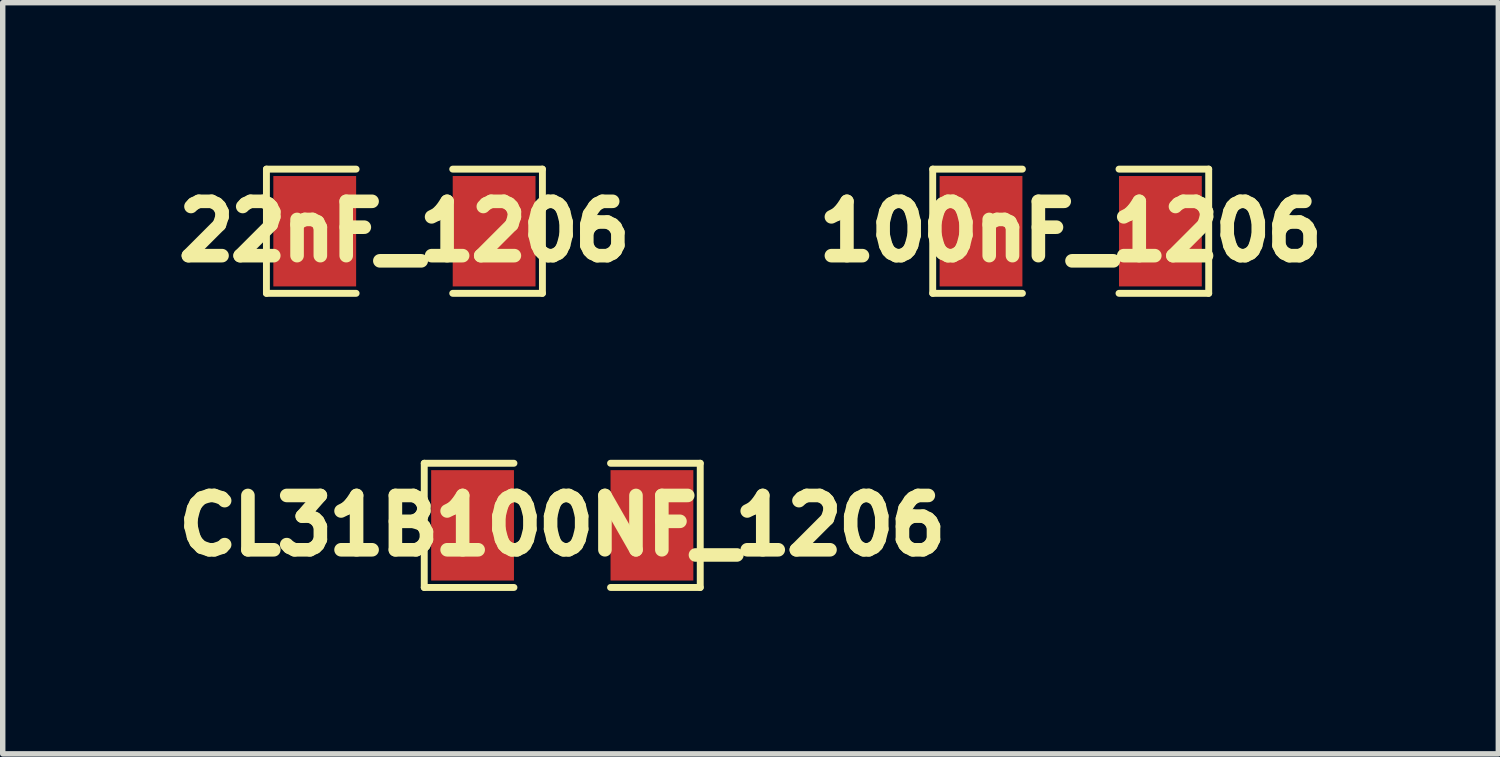
<source format=kicad_pcb>
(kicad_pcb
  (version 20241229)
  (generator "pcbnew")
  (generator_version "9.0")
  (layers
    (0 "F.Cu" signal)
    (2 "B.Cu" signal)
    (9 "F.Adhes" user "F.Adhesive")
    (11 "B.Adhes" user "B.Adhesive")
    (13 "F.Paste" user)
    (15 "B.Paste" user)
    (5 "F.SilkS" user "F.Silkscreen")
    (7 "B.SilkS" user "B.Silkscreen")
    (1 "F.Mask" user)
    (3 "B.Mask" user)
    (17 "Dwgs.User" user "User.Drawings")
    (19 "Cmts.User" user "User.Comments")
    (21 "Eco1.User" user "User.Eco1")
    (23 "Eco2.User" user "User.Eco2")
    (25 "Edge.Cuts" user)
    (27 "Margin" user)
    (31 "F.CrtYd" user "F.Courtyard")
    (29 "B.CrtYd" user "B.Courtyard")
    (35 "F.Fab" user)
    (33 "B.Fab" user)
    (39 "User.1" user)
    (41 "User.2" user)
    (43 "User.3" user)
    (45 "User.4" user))
  (footprint "22nF_1206"
    (layer "F.Cu")
    (at 4.394 1.206)
    (property "Reference" "22nF_1206" (at 0 0 0) (layer "F.SilkS") (effects (font (size 1 1) (thickness 0.25))))
    (attr smd)
    (fp_line (start -2.54 -1.143) (end -2.54 1.143) (stroke (width 0.127) (type solid)) (layer "F.SilkS"))
    (fp_line (start -2.54 1.143) (end -0.889 1.143) (stroke (width 0.127) (type solid)) (layer "F.SilkS"))
    (fp_line (start -0.889 -1.143) (end -2.54 -1.143) (stroke (width 0.127) (type solid)) (layer "F.SilkS"))
    (fp_line (start 0.889 -1.143) (end 2.54 -1.143) (stroke (width 0.127) (type solid)) (layer "F.SilkS"))
    (fp_line (start 2.54 -1.143) (end 2.54 1.143) (stroke (width 0.127) (type solid)) (layer "F.SilkS"))
    (fp_line (start 2.54 1.143) (end 0.889 1.143) (stroke (width 0.127) (type solid)) (layer "F.SilkS"))
    (pad "1" smd rect (at -1.651 0) (size 1.524 2.032) (layers "F.Cu" "F.Mask" "F.Paste"))
    (pad "2" smd rect (at 1.651 0) (size 1.524 2.032) (layers "F.Cu" "F.Mask" "F.Paste")))
  (footprint "100nF_1206"
    (layer "F.Cu")
    (at 16.658 1.206)
    (property "Reference" "100nF_1206" (at 0 0 0) (layer "F.SilkS") (effects (font (size 1 1) (thickness 0.25))))
    (attr smd)
    (fp_line (start -2.54 -1.143) (end -2.54 1.143) (stroke (width 0.127) (type solid)) (layer "F.SilkS"))
    (fp_line (start -2.54 1.143) (end -0.889 1.143) (stroke (width 0.127) (type solid)) (layer "F.SilkS"))
    (fp_line (start -0.889 -1.143) (end -2.54 -1.143) (stroke (width 0.127) (type solid)) (layer "F.SilkS"))
    (fp_line (start 0.889 -1.143) (end 2.54 -1.143) (stroke (width 0.127) (type solid)) (layer "F.SilkS"))
    (fp_line (start 2.54 -1.143) (end 2.54 1.143) (stroke (width 0.127) (type solid)) (layer "F.SilkS"))
    (fp_line (start 2.54 1.143) (end 0.889 1.143) (stroke (width 0.127) (type solid)) (layer "F.SilkS"))
    (pad "1" smd rect (at -1.651 0) (size 1.524 2.032) (layers "F.Cu" "F.Mask" "F.Paste"))
    (pad "2" smd rect (at 1.651 0) (size 1.524 2.032) (layers "F.Cu" "F.Mask" "F.Paste")))
  (footprint "CL31B100NF_1206"
    (layer "F.Cu")
    (at 7.299 6.62)
    (property "Reference" "CL31B100NF_1206" (at 0 0 0) (layer "F.SilkS") (effects (font (size 1 1) (thickness 0.25))))
    (attr smd)
    (fp_line (start -2.54 -1.143) (end -2.54 1.143) (stroke (width 0.127) (type solid)) (layer "F.SilkS"))
    (fp_line (start -2.54 1.143) (end -0.889 1.143) (stroke (width 0.127) (type solid)) (layer "F.SilkS"))
    (fp_line (start -0.889 -1.143) (end -2.54 -1.143) (stroke (width 0.127) (type solid)) (layer "F.SilkS"))
    (fp_line (start 0.889 -1.143) (end 2.54 -1.143) (stroke (width 0.127) (type solid)) (layer "F.SilkS"))
    (fp_line (start 2.54 -1.143) (end 2.54 1.143) (stroke (width 0.127) (type solid)) (layer "F.SilkS"))
    (fp_line (start 2.54 1.143) (end 0.889 1.143) (stroke (width 0.127) (type solid)) (layer "F.SilkS"))
    (pad "1" smd rect (at -1.651 0) (size 1.524 2.032) (layers "F.Cu" "F.Mask" "F.Paste"))
    (pad "2" smd rect (at 1.651 0) (size 1.524 2.032) (layers "F.Cu" "F.Mask" "F.Paste")))
  (gr_rect
    (start -3 -3)
    (end 24.529 10.826)
    (stroke (width 0.1) (type default))
    (fill no)
    (layer "Edge.Cuts")))
</source>
